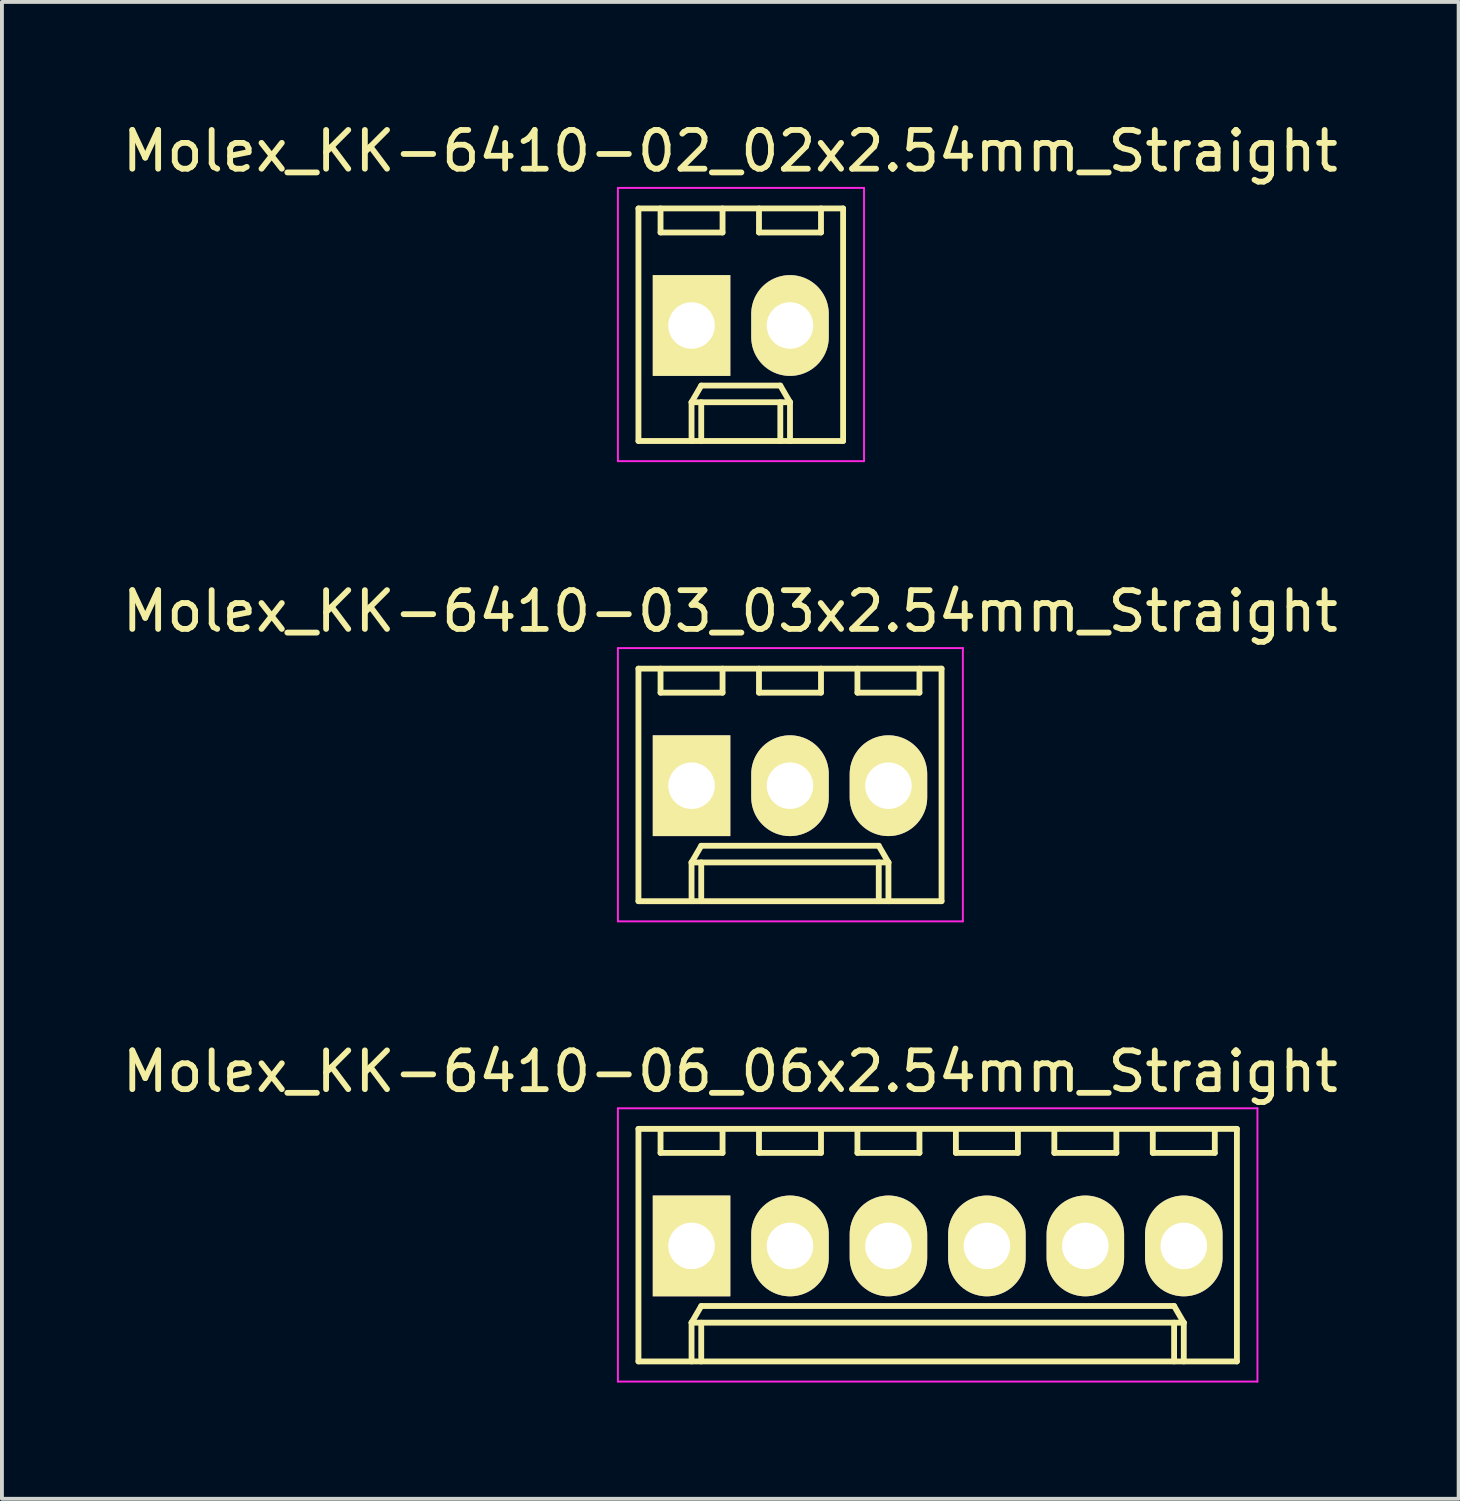
<source format=kicad_pcb>
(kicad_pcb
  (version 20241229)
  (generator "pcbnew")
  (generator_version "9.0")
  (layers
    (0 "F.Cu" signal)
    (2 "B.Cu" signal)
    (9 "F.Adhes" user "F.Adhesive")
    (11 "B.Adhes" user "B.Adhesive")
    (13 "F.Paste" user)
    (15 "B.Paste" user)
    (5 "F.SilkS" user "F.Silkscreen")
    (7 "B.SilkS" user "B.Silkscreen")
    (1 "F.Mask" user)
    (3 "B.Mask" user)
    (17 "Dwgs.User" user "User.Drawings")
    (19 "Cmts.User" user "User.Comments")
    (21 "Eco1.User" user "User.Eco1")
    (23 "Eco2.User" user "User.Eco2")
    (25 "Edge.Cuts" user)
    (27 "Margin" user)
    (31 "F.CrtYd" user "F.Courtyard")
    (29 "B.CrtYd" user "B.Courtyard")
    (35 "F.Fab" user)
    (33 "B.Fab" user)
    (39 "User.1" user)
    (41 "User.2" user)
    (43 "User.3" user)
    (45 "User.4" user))
  (footprint "Molex_KK-6410-06_06x2.54mm_Straight"
    (layer "F.Cu")
    (at 14.792 29.095)
    (property "Reference" "Molex_KK-6410-06_06x2.54mm_Straight" (at 1 -4.5 0) (layer "F.SilkS") (effects (font (size 1 1) (thickness 0.15))))
    (attr through_hole)
    (fp_line (start -1.37 -3.02) (end -1.37 2.98) (stroke (width 0.15) (type solid)) (layer "F.SilkS"))
    (fp_line (start -1.37 2.98) (end 14.07 2.98) (stroke (width 0.15) (type solid)) (layer "F.SilkS"))
    (fp_line (start -0.8 -3.02) (end -0.8 -2.4) (stroke (width 0.15) (type solid)) (layer "F.SilkS"))
    (fp_line (start -0.8 -2.4) (end 0.8 -2.4) (stroke (width 0.15) (type solid)) (layer "F.SilkS"))
    (fp_line (start 0 1.98) (end 0.25 1.55) (stroke (width 0.15) (type solid)) (layer "F.SilkS"))
    (fp_line (start 0 1.98) (end 12.7 1.98) (stroke (width 0.15) (type solid)) (layer "F.SilkS"))
    (fp_line (start 0 2.98) (end 0 1.98) (stroke (width 0.15) (type solid)) (layer "F.SilkS"))
    (fp_line (start 0.25 1.55) (end 12.45 1.55) (stroke (width 0.15) (type solid)) (layer "F.SilkS"))
    (fp_line (start 0.25 2.98) (end 0.25 1.98) (stroke (width 0.15) (type solid)) (layer "F.SilkS"))
    (fp_line (start 0.8 -2.4) (end 0.8 -3.02) (stroke (width 0.15) (type solid)) (layer "F.SilkS"))
    (fp_line (start 1.74 -3.02) (end 1.74 -2.4) (stroke (width 0.15) (type solid)) (layer "F.SilkS"))
    (fp_line (start 1.74 -2.4) (end 3.34 -2.4) (stroke (width 0.15) (type solid)) (layer "F.SilkS"))
    (fp_line (start 3.34 -2.4) (end 3.34 -3.02) (stroke (width 0.15) (type solid)) (layer "F.SilkS"))
    (fp_line (start 4.28 -3.02) (end 4.28 -2.4) (stroke (width 0.15) (type solid)) (layer "F.SilkS"))
    (fp_line (start 4.28 -2.4) (end 5.88 -2.4) (stroke (width 0.15) (type solid)) (layer "F.SilkS"))
    (fp_line (start 5.88 -2.4) (end 5.88 -3.02) (stroke (width 0.15) (type solid)) (layer "F.SilkS"))
    (fp_line (start 6.82 -3.02) (end 6.82 -2.4) (stroke (width 0.15) (type solid)) (layer "F.SilkS"))
    (fp_line (start 6.82 -2.4) (end 8.42 -2.4) (stroke (width 0.15) (type solid)) (layer "F.SilkS"))
    (fp_line (start 8.42 -2.4) (end 8.42 -3.02) (stroke (width 0.15) (type solid)) (layer "F.SilkS"))
    (fp_line (start 9.36 -3.02) (end 9.36 -2.4) (stroke (width 0.15) (type solid)) (layer "F.SilkS"))
    (fp_line (start 9.36 -2.4) (end 10.96 -2.4) (stroke (width 0.15) (type solid)) (layer "F.SilkS"))
    (fp_line (start 10.96 -2.4) (end 10.96 -3.02) (stroke (width 0.15) (type solid)) (layer "F.SilkS"))
    (fp_line (start 11.9 -3.02) (end 11.9 -2.4) (stroke (width 0.15) (type solid)) (layer "F.SilkS"))
    (fp_line (start 11.9 -2.4) (end 13.5 -2.4) (stroke (width 0.15) (type solid)) (layer "F.SilkS"))
    (fp_line (start 12.45 1.55) (end 12.7 1.98) (stroke (width 0.15) (type solid)) (layer "F.SilkS"))
    (fp_line (start 12.45 2.98) (end 12.45 1.98) (stroke (width 0.15) (type solid)) (layer "F.SilkS"))
    (fp_line (start 12.7 1.98) (end 12.7 2.98) (stroke (width 0.15) (type solid)) (layer "F.SilkS"))
    (fp_line (start 13.5 -2.4) (end 13.5 -3.02) (stroke (width 0.15) (type solid)) (layer "F.SilkS"))
    (fp_line (start 14.07 -3.02) (end -1.37 -3.02) (stroke (width 0.15) (type solid)) (layer "F.SilkS"))
    (fp_line (start 14.07 2.98) (end 14.07 -3.02) (stroke (width 0.15) (type solid)) (layer "F.SilkS"))
    (fp_line (start -1.9 -3.55) (end 14.6 -3.55) (stroke (width 0.05) (type solid)) (layer "F.CrtYd"))
    (fp_line (start -1.9 3.5) (end -1.9 -3.55) (stroke (width 0.05) (type solid)) (layer "F.CrtYd"))
    (fp_line (start 14.6 -3.55) (end 14.6 3.5) (stroke (width 0.05) (type solid)) (layer "F.CrtYd"))
    (fp_line (start 14.6 3.5) (end -1.9 3.5) (stroke (width 0.05) (type solid)) (layer "F.CrtYd"))
    (pad "1" thru_hole rect (at 0 0) (size 2 2.6) (drill 1.2) (layers "*.Cu" "*.Mask" "F.SilkS"))
    (pad "2" thru_hole oval (at 2.54 0) (size 2 2.6) (drill 1.2) (layers "*.Cu" "*.Mask" "F.SilkS"))
    (pad "3" thru_hole oval (at 5.08 0) (size 2 2.6) (drill 1.2) (layers "*.Cu" "*.Mask" "F.SilkS"))
    (pad "4" thru_hole oval (at 7.62 0) (size 2 2.6) (drill 1.2) (layers "*.Cu" "*.Mask" "F.SilkS"))
    (pad "5" thru_hole oval (at 10.16 0) (size 2 2.6) (drill 1.2) (layers "*.Cu" "*.Mask" "F.SilkS"))
    (pad "6" thru_hole oval (at 12.7 0) (size 2 2.6) (drill 1.2) (layers "*.Cu" "*.Mask" "F.SilkS")))
  (footprint "Molex_KK-6410-03_03x2.54mm_Straight"
    (layer "F.Cu")
    (at 14.792 17.221)
    (property "Reference" "Molex_KK-6410-03_03x2.54mm_Straight" (at 1 -4.5 0) (layer "F.SilkS") (effects (font (size 1 1) (thickness 0.15))))
    (attr through_hole)
    (fp_line (start -1.37 -3.02) (end -1.37 2.98) (stroke (width 0.15) (type solid)) (layer "F.SilkS"))
    (fp_line (start -1.37 2.98) (end 6.45 2.98) (stroke (width 0.15) (type solid)) (layer "F.SilkS"))
    (fp_line (start -0.8 -3.02) (end -0.8 -2.4) (stroke (width 0.15) (type solid)) (layer "F.SilkS"))
    (fp_line (start -0.8 -2.4) (end 0.8 -2.4) (stroke (width 0.15) (type solid)) (layer "F.SilkS"))
    (fp_line (start 0 1.98) (end 0.25 1.55) (stroke (width 0.15) (type solid)) (layer "F.SilkS"))
    (fp_line (start 0 1.98) (end 5.08 1.98) (stroke (width 0.15) (type solid)) (layer "F.SilkS"))
    (fp_line (start 0 2.98) (end 0 1.98) (stroke (width 0.15) (type solid)) (layer "F.SilkS"))
    (fp_line (start 0.25 1.55) (end 4.83 1.55) (stroke (width 0.15) (type solid)) (layer "F.SilkS"))
    (fp_line (start 0.25 2.98) (end 0.25 1.98) (stroke (width 0.15) (type solid)) (layer "F.SilkS"))
    (fp_line (start 0.8 -2.4) (end 0.8 -3.02) (stroke (width 0.15) (type solid)) (layer "F.SilkS"))
    (fp_line (start 1.74 -3.02) (end 1.74 -2.4) (stroke (width 0.15) (type solid)) (layer "F.SilkS"))
    (fp_line (start 1.74 -2.4) (end 3.34 -2.4) (stroke (width 0.15) (type solid)) (layer "F.SilkS"))
    (fp_line (start 3.34 -2.4) (end 3.34 -3.02) (stroke (width 0.15) (type solid)) (layer "F.SilkS"))
    (fp_line (start 4.28 -3.02) (end 4.28 -2.4) (stroke (width 0.15) (type solid)) (layer "F.SilkS"))
    (fp_line (start 4.28 -2.4) (end 5.88 -2.4) (stroke (width 0.15) (type solid)) (layer "F.SilkS"))
    (fp_line (start 4.83 1.55) (end 5.08 1.98) (stroke (width 0.15) (type solid)) (layer "F.SilkS"))
    (fp_line (start 4.83 2.98) (end 4.83 1.98) (stroke (width 0.15) (type solid)) (layer "F.SilkS"))
    (fp_line (start 5.08 1.98) (end 5.08 2.98) (stroke (width 0.15) (type solid)) (layer "F.SilkS"))
    (fp_line (start 5.88 -2.4) (end 5.88 -3.02) (stroke (width 0.15) (type solid)) (layer "F.SilkS"))
    (fp_line (start 6.45 -3.02) (end -1.37 -3.02) (stroke (width 0.15) (type solid)) (layer "F.SilkS"))
    (fp_line (start 6.45 2.98) (end 6.45 -3.02) (stroke (width 0.15) (type solid)) (layer "F.SilkS"))
    (fp_line (start -1.9 -3.55) (end 7 -3.55) (stroke (width 0.05) (type solid)) (layer "F.CrtYd"))
    (fp_line (start -1.9 3.5) (end -1.9 -3.55) (stroke (width 0.05) (type solid)) (layer "F.CrtYd"))
    (fp_line (start 7 -3.55) (end 7 3.5) (stroke (width 0.05) (type solid)) (layer "F.CrtYd"))
    (fp_line (start 7 3.5) (end -1.9 3.5) (stroke (width 0.05) (type solid)) (layer "F.CrtYd"))
    (pad "1" thru_hole rect (at 0 0) (size 2 2.6) (drill 1.2) (layers "*.Cu" "*.Mask" "F.SilkS"))
    (pad "2" thru_hole oval (at 2.54 0) (size 2 2.6) (drill 1.2) (layers "*.Cu" "*.Mask" "F.SilkS"))
    (pad "3" thru_hole oval (at 5.08 0) (size 2 2.6) (drill 1.2) (layers "*.Cu" "*.Mask" "F.SilkS")))
  (footprint "Molex_KK-6410-02_02x2.54mm_Straight"
    (layer "F.Cu")
    (at 14.792 5.348)
    (property "Reference" "Molex_KK-6410-02_02x2.54mm_Straight" (at 1 -4.5 0) (layer "F.SilkS") (effects (font (size 1 1) (thickness 0.15))))
    (attr through_hole)
    (fp_line (start -1.37 -3.02) (end -1.37 2.98) (stroke (width 0.15) (type solid)) (layer "F.SilkS"))
    (fp_line (start -1.37 2.98) (end 3.91 2.98) (stroke (width 0.15) (type solid)) (layer "F.SilkS"))
    (fp_line (start -0.8 -3.02) (end -0.8 -2.4) (stroke (width 0.15) (type solid)) (layer "F.SilkS"))
    (fp_line (start -0.8 -2.4) (end 0.8 -2.4) (stroke (width 0.15) (type solid)) (layer "F.SilkS"))
    (fp_line (start 0 1.98) (end 0.25 1.55) (stroke (width 0.15) (type solid)) (layer "F.SilkS"))
    (fp_line (start 0 1.98) (end 2.54 1.98) (stroke (width 0.15) (type solid)) (layer "F.SilkS"))
    (fp_line (start 0 2.98) (end 0 1.98) (stroke (width 0.15) (type solid)) (layer "F.SilkS"))
    (fp_line (start 0.25 1.55) (end 2.29 1.55) (stroke (width 0.15) (type solid)) (layer "F.SilkS"))
    (fp_line (start 0.25 2.98) (end 0.25 1.98) (stroke (width 0.15) (type solid)) (layer "F.SilkS"))
    (fp_line (start 0.8 -2.4) (end 0.8 -3.02) (stroke (width 0.15) (type solid)) (layer "F.SilkS"))
    (fp_line (start 1.74 -3.02) (end 1.74 -2.4) (stroke (width 0.15) (type solid)) (layer "F.SilkS"))
    (fp_line (start 1.74 -2.4) (end 3.34 -2.4) (stroke (width 0.15) (type solid)) (layer "F.SilkS"))
    (fp_line (start 2.29 1.55) (end 2.54 1.98) (stroke (width 0.15) (type solid)) (layer "F.SilkS"))
    (fp_line (start 2.29 2.98) (end 2.29 1.98) (stroke (width 0.15) (type solid)) (layer "F.SilkS"))
    (fp_line (start 2.54 1.98) (end 2.54 2.98) (stroke (width 0.15) (type solid)) (layer "F.SilkS"))
    (fp_line (start 3.34 -2.4) (end 3.34 -3.02) (stroke (width 0.15) (type solid)) (layer "F.SilkS"))
    (fp_line (start 3.91 -3.02) (end -1.37 -3.02) (stroke (width 0.15) (type solid)) (layer "F.SilkS"))
    (fp_line (start 3.91 2.98) (end 3.91 -3.02) (stroke (width 0.15) (type solid)) (layer "F.SilkS"))
    (fp_line (start -1.9 -3.55) (end 4.45 -3.55) (stroke (width 0.05) (type solid)) (layer "F.CrtYd"))
    (fp_line (start -1.9 3.5) (end -1.9 -3.55) (stroke (width 0.05) (type solid)) (layer "F.CrtYd"))
    (fp_line (start 4.45 -3.55) (end 4.45 3.5) (stroke (width 0.05) (type solid)) (layer "F.CrtYd"))
    (fp_line (start 4.45 3.5) (end -1.9 3.5) (stroke (width 0.05) (type solid)) (layer "F.CrtYd"))
    (pad "1" thru_hole rect (at 0 0) (size 2 2.6) (drill 1.2) (layers "*.Cu" "*.Mask" "F.SilkS"))
    (pad "2" thru_hole oval (at 2.54 0) (size 2 2.6) (drill 1.2) (layers "*.Cu" "*.Mask" "F.SilkS")))
  (gr_rect
    (start -3 -3)
    (end 34.583 35.62)
    (stroke (width 0.1) (type default))
    (fill no)
    (layer "Edge.Cuts")))
</source>
